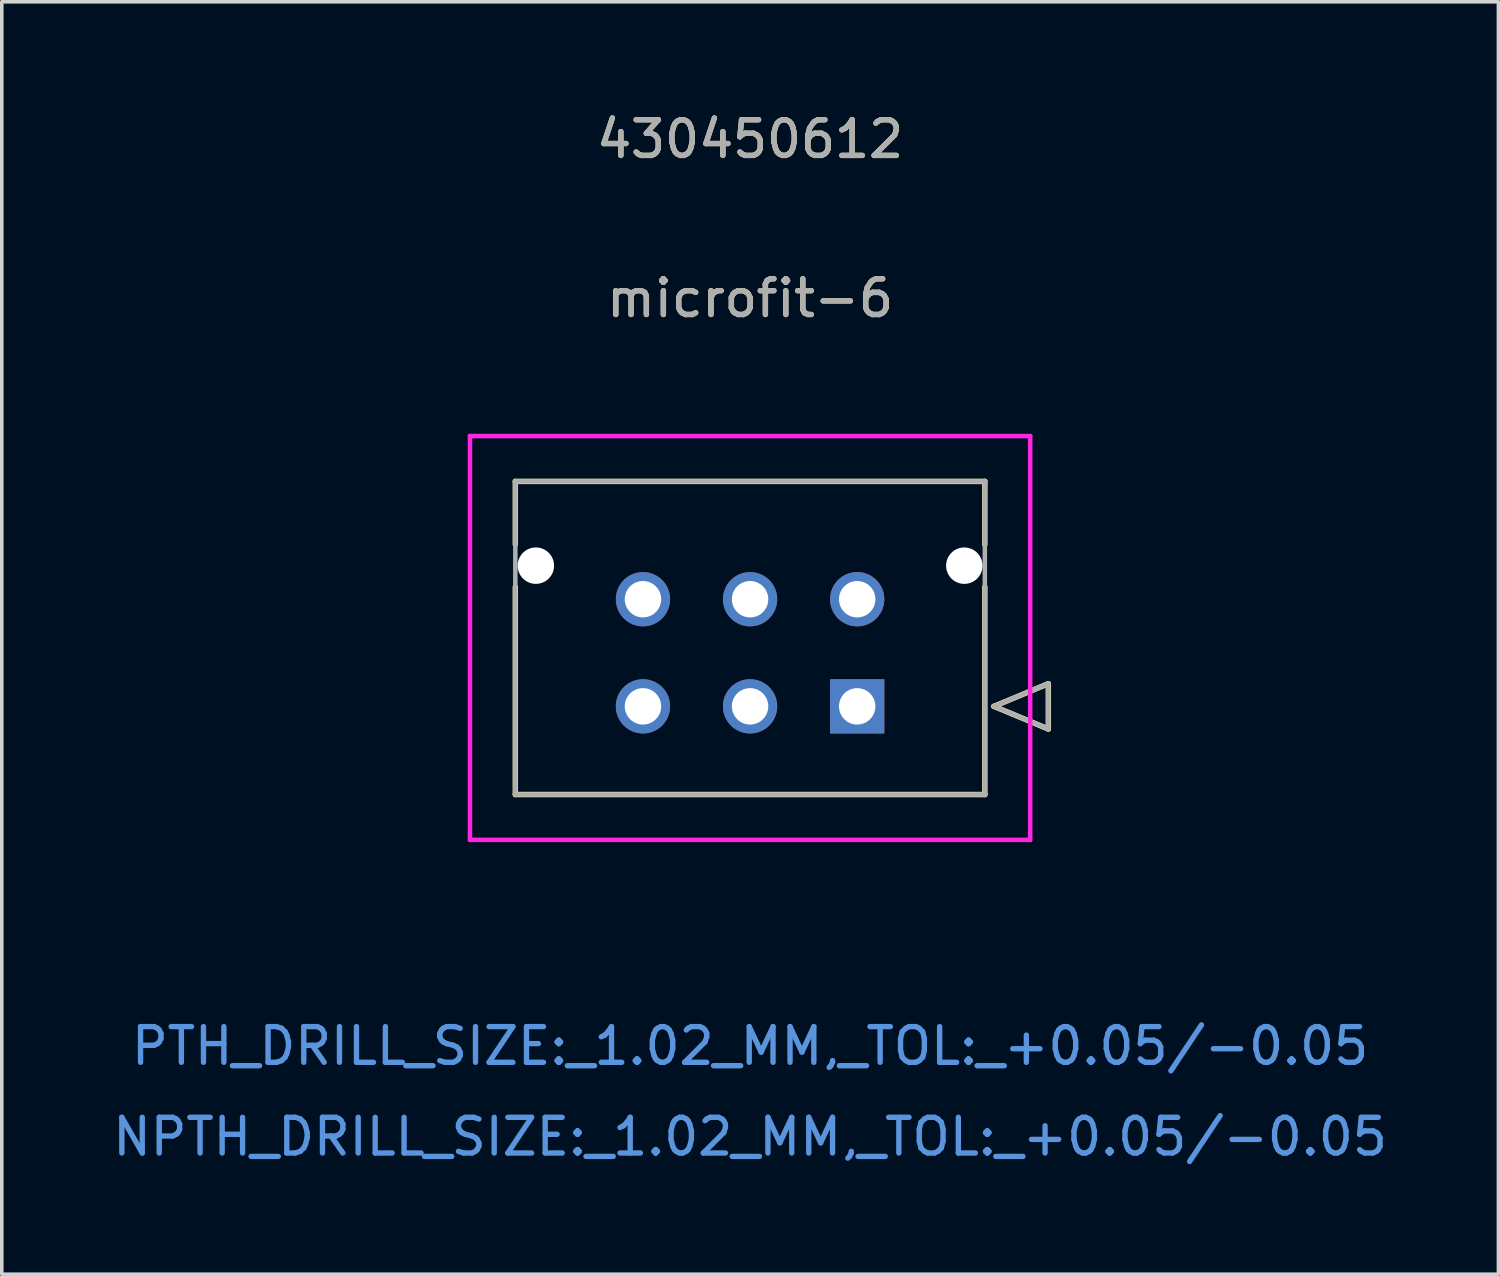
<source format=kicad_pcb>
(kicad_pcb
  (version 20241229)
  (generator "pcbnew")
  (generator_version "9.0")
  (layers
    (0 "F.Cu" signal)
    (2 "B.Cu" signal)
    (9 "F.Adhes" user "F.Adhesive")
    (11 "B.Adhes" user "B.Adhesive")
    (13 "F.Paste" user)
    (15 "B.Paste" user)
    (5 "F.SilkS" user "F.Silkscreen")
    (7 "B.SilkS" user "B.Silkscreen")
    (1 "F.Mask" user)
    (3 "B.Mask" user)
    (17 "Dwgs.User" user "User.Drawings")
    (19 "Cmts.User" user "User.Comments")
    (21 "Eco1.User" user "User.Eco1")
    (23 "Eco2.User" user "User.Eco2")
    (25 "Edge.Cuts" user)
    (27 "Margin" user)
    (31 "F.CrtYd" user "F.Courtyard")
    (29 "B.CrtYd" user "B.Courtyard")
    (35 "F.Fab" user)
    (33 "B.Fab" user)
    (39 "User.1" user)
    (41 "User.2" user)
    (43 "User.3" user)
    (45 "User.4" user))
  (footprint "microfit-6"
    (layer "F.Cu")
    (at 20.958 16.733)
    (property "Reference" "microfit-6" (at -3 -11.43 0) (unlocked yes) (layer "F.SilkS") (effects (font (size 1 1) (thickness 0.15))))
    (attr through_hole)
    (fp_line (start -9.575 -6.3) (end -9.575 -4.535) (stroke (width 0.152) (type solid)) (layer "F.SilkS"))
    (fp_line (start -9.575 -3.345) (end -9.575 2.47) (stroke (width 0.152) (type solid)) (layer "F.SilkS"))
    (fp_line (start -9.575 2.47) (end 3.575 2.47) (stroke (width 0.152) (type solid)) (layer "F.SilkS"))
    (fp_line (start 3.575 -6.3) (end -9.575 -6.3) (stroke (width 0.152) (type solid)) (layer "F.SilkS"))
    (fp_line (start 3.575 -4.535) (end 3.575 -6.3) (stroke (width 0.152) (type solid)) (layer "F.SilkS"))
    (fp_line (start 3.575 2.47) (end 3.575 -3.345) (stroke (width 0.152) (type solid)) (layer "F.SilkS"))
    (fp_line (start 3.829 0) (end 5.353 -0.635) (stroke (width 0.152) (type solid)) (layer "F.SilkS"))
    (fp_line (start 5.353 -0.635) (end 5.353 0.635) (stroke (width 0.152) (type solid)) (layer "F.SilkS"))
    (fp_line (start 5.353 0.635) (end 3.829 0) (stroke (width 0.152) (type solid)) (layer "F.SilkS"))
    (fp_line (start -10.845 -7.57) (end -10.845 3.74) (stroke (width 0.127) (type solid)) (layer "F.CrtYd"))
    (fp_line (start -10.845 3.74) (end 4.845 3.74) (stroke (width 0.127) (type solid)) (layer "F.CrtYd"))
    (fp_line (start 4.845 -7.57) (end -10.845 -7.57) (stroke (width 0.127) (type solid)) (layer "F.CrtYd"))
    (fp_line (start 4.845 3.74) (end 4.845 -7.57) (stroke (width 0.127) (type solid)) (layer "F.CrtYd"))
    (fp_line (start -9.575 -6.3) (end -9.575 2.47) (stroke (width 0.127) (type solid)) (layer "F.Fab"))
    (fp_line (start -9.575 2.47) (end 3.575 2.47) (stroke (width 0.127) (type solid)) (layer "F.Fab"))
    (fp_line (start 3.575 -6.3) (end -9.575 -6.3) (stroke (width 0.127) (type solid)) (layer "F.Fab"))
    (fp_line (start 3.575 2.47) (end 3.575 -6.3) (stroke (width 0.127) (type solid)) (layer "F.Fab"))
    (fp_line (start 3.829 0) (end 5.353 -0.635) (stroke (width 0.127) (type solid)) (layer "F.Fab"))
    (fp_line (start 5.353 -0.635) (end 5.353 0.635) (stroke (width 0.127) (type solid)) (layer "F.Fab"))
    (fp_line (start 5.353 0.635) (end 3.829 0) (stroke (width 0.127) (type solid)) (layer "F.Fab"))
    (fp_text user "430450612" (at -3 -15.885 0) (unlocked yes) (layer "F.SilkS") (effects (font (size 1 1) (thickness 0.15))))
    (fp_text user "NPTH_DRILL_SIZE:_1.02_MM,_TOL:_+0.05/-0.05" (at -3 12.055 0) (unlocked yes) (layer "Cmts.User") (effects (font (size 1 1) (thickness 0.15))))
    (fp_text user "PTH_DRILL_SIZE:_1.02_MM,_TOL:_+0.05/-0.05" (at -3 9.515 0) (unlocked yes) (layer "Cmts.User") (effects (font (size 1 1) (thickness 0.15))))
    (fp_text user "430450612" (at -3 -15.885 0) (unlocked yes) (layer "F.Fab") (effects (font (size 1 1) (thickness 0.15))))
    (fp_text user "${REFERENCE}" (at -3 -11.43 0) (unlocked yes) (layer "F.Fab") (effects (font (size 1 1) (thickness 0.15))))
    (pad "" np_thru_hole circle (at -9 -3.94) (size 1.02 1.02) (drill 1.02) (layers "*.Cu" "*.Mask"))
    (pad "" np_thru_hole circle (at 3 -3.94) (size 1.02 1.02) (drill 1.02) (layers "*.Cu" "*.Mask"))
    (pad "1" thru_hole rect (at 0 0) (size 1.52 1.52) (drill 1.02) (layers "*.Cu" "*.Mask"))
    (pad "2" thru_hole circle (at -3 0) (size 1.52 1.52) (drill 1.02) (layers "*.Cu" "*.Mask"))
    (pad "3" thru_hole circle (at -6 0) (size 1.52 1.52) (drill 1.02) (layers "*.Cu" "*.Mask"))
    (pad "4" thru_hole circle (at 0 -3) (size 1.52 1.52) (drill 1.02) (layers "*.Cu" "*.Mask"))
    (pad "5" thru_hole circle (at -3 -3) (size 1.52 1.52) (drill 1.02) (layers "*.Cu" "*.Mask"))
    (pad "6" thru_hole circle (at -6 -3) (size 1.52 1.52) (drill 1.02) (layers "*.Cu" "*.Mask")))
  (gr_rect
    (start -3 -3)
    (end 38.917 32.637)
    (stroke (width 0.1) (type default))
    (fill no)
    (layer "Edge.Cuts")))
</source>
